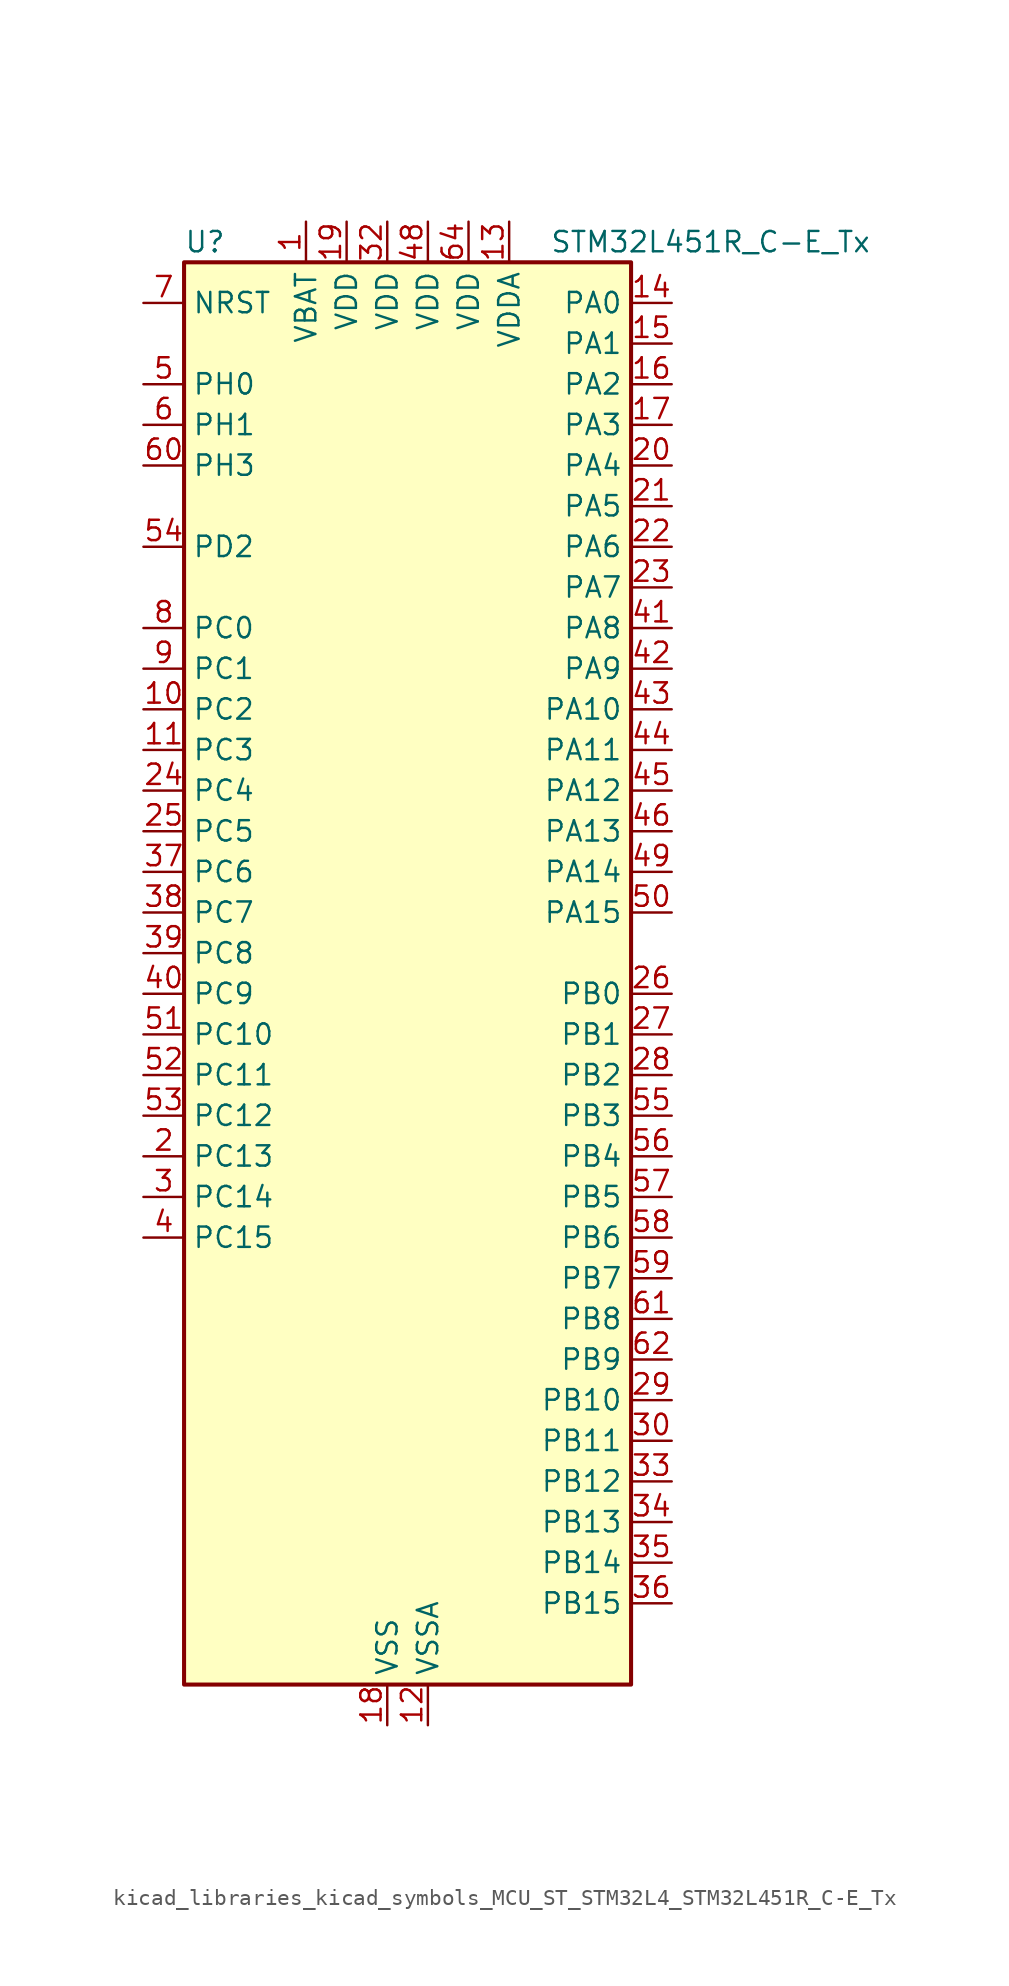
<source format=kicad_sym>
(kicad_symbol_lib
  (version 20220914)
  (generator kicad_symbol_editor)
  (symbol "kicad_libraries_kicad_symbols_MCU_ST_STM32L4_STM32L451R_C-E_Tx"
    (property "Reference" "U"
      (at -12.7 46.99 0)
      (effects (font (size 1.27 1.27)) (justify left)))
    (property "Value" "STM32L451R_C-E_Tx"
      (at 10.16 46.99 0)
      (effects (font (size 1.27 1.27)) (justify left)))
    (property "ki_locked" ""
      (at 0 0 0)
      (effects (font (size 1.27 1.27))))
    (symbol "kicad_libraries_kicad_symbols_MCU_ST_STM32L4_STM32L451R_C-E_Tx_0_1"
      (rectangle (start -12.7 -43.18) (end 15.24 45.72) (stroke (width 0.254) (type default)) (fill (type background))))
    (symbol "kicad_libraries_kicad_symbols_MCU_ST_STM32L4_STM32L451R_C-E_Tx_1_1"
      (pin power_in line (at -5.08 48.26 270) (length 2.54) (name "VBAT" (effects (font (size 1.27 1.27)))) (number "1" (effects (font (size 1.27 1.27)))))
      (pin bidirectional line (at -15.24 17.78 0) (length 2.54) (name "PC2" (effects (font (size 1.27 1.27)))) (number "10" (effects (font (size 1.27 1.27)))) (alternate "ADC1_IN3" bidirectional line) (alternate "DFSDM1_CKOUT" bidirectional line) (alternate "LPTIM1_IN2" bidirectional line) (alternate "SPI2_MISO" bidirectional line))
      (pin bidirectional line (at -15.24 15.24 0) (length 2.54) (name "PC3" (effects (font (size 1.27 1.27)))) (number "11" (effects (font (size 1.27 1.27)))) (alternate "ADC1_IN4" bidirectional line) (alternate "LPTIM1_ETR" bidirectional line) (alternate "LPTIM2_ETR" bidirectional line) (alternate "SAI1_SD_A" bidirectional line) (alternate "SPI2_MOSI" bidirectional line))
      (pin power_in line (at 2.54 -45.72 90) (length 2.54) (name "VSSA" (effects (font (size 1.27 1.27)))) (number "12" (effects (font (size 1.27 1.27)))))
      (pin power_in line (at 7.62 48.26 270) (length 2.54) (name "VDDA" (effects (font (size 1.27 1.27)))) (number "13" (effects (font (size 1.27 1.27)))))
      (pin bidirectional line (at 17.78 43.18 180) (length 2.54) (name "PA0" (effects (font (size 1.27 1.27)))) (number "14" (effects (font (size 1.27 1.27)))) (alternate "ADC1_IN5" bidirectional line) (alternate "COMP1_INM" bidirectional line) (alternate "COMP1_OUT" bidirectional line) (alternate "OPAMP1_VINP" bidirectional line) (alternate "RTC_TAMP2" bidirectional line) (alternate "SAI1_EXTCLK" bidirectional line) (alternate "SYS_WKUP1" bidirectional line) (alternate "TIM2_CH1" bidirectional line) (alternate "TIM2_ETR" bidirectional line) (alternate "UART4_TX" bidirectional line) (alternate "USART2_CTS" bidirectional line))
      (pin bidirectional line (at 17.78 40.64 180) (length 2.54) (name "PA1" (effects (font (size 1.27 1.27)))) (number "15" (effects (font (size 1.27 1.27)))) (alternate "ADC1_IN6" bidirectional line) (alternate "COMP1_INP" bidirectional line) (alternate "I2C1_SMBA" bidirectional line) (alternate "OPAMP1_VINM" bidirectional line) (alternate "SPI1_SCK" bidirectional line) (alternate "TIM15_CH1N" bidirectional line) (alternate "TIM2_CH2" bidirectional line) (alternate "UART4_RX" bidirectional line) (alternate "USART2_DE" bidirectional line) (alternate "USART2_RTS" bidirectional line))
      (pin bidirectional line (at 17.78 38.1 180) (length 2.54) (name "PA2" (effects (font (size 1.27 1.27)))) (number "16" (effects (font (size 1.27 1.27)))) (alternate "ADC1_IN7" bidirectional line) (alternate "COMP2_INM" bidirectional line) (alternate "COMP2_OUT" bidirectional line) (alternate "LPUART1_TX" bidirectional line) (alternate "QUADSPI_BK1_NCS" bidirectional line) (alternate "RCC_LSCO" bidirectional line) (alternate "SYS_WKUP4" bidirectional line) (alternate "TIM15_CH1" bidirectional line) (alternate "TIM2_CH3" bidirectional line) (alternate "USART2_TX" bidirectional line))
      (pin bidirectional line (at 17.78 35.56 180) (length 2.54) (name "PA3" (effects (font (size 1.27 1.27)))) (number "17" (effects (font (size 1.27 1.27)))) (alternate "ADC1_IN8" bidirectional line) (alternate "COMP2_INP" bidirectional line) (alternate "LPUART1_RX" bidirectional line) (alternate "OPAMP1_VOUT" bidirectional line) (alternate "QUADSPI_CLK" bidirectional line) (alternate "SAI1_MCLK_A" bidirectional line) (alternate "TIM15_CH2" bidirectional line) (alternate "TIM2_CH4" bidirectional line) (alternate "USART2_RX" bidirectional line))
      (pin power_in line (at 0 -45.72 90) (length 2.54) (name "VSS" (effects (font (size 1.27 1.27)))) (number "18" (effects (font (size 1.27 1.27)))))
      (pin power_in line (at -2.54 48.26 270) (length 2.54) (name "VDD" (effects (font (size 1.27 1.27)))) (number "19" (effects (font (size 1.27 1.27)))))
      (pin bidirectional line (at -15.24 -10.16 0) (length 2.54) (name "PC13" (effects (font (size 1.27 1.27)))) (number "2" (effects (font (size 1.27 1.27)))) (alternate "RTC_OUT_ALARM" bidirectional line) (alternate "RTC_OUT_CALIB" bidirectional line) (alternate "RTC_TAMP1" bidirectional line) (alternate "RTC_TS" bidirectional line) (alternate "SYS_WKUP2" bidirectional line))
      (pin bidirectional line (at 17.78 33.02 180) (length 2.54) (name "PA4" (effects (font (size 1.27 1.27)))) (number "20" (effects (font (size 1.27 1.27)))) (alternate "ADC1_IN9" bidirectional line) (alternate "COMP1_INM" bidirectional line) (alternate "COMP2_INM" bidirectional line) (alternate "DAC1_OUT1" bidirectional line) (alternate "LPTIM2_OUT" bidirectional line) (alternate "SAI1_FS_B" bidirectional line) (alternate "SPI1_NSS" bidirectional line) (alternate "SPI3_NSS" bidirectional line) (alternate "USART2_CK" bidirectional line))
      (pin bidirectional line (at 17.78 30.48 180) (length 2.54) (name "PA5" (effects (font (size 1.27 1.27)))) (number "21" (effects (font (size 1.27 1.27)))) (alternate "ADC1_IN10" bidirectional line) (alternate "COMP1_INM" bidirectional line) (alternate "COMP2_INM" bidirectional line) (alternate "DFSDM1_CKOUT" bidirectional line) (alternate "LPTIM2_ETR" bidirectional line) (alternate "SPI1_SCK" bidirectional line) (alternate "TIM2_CH1" bidirectional line) (alternate "TIM2_ETR" bidirectional line))
      (pin bidirectional line (at 17.78 27.94 180) (length 2.54) (name "PA6" (effects (font (size 1.27 1.27)))) (number "22" (effects (font (size 1.27 1.27)))) (alternate "ADC1_IN11" bidirectional line) (alternate "COMP1_OUT" bidirectional line) (alternate "LPUART1_CTS" bidirectional line) (alternate "QUADSPI_BK1_IO3" bidirectional line) (alternate "SPI1_MISO" bidirectional line) (alternate "TIM16_CH1" bidirectional line) (alternate "TIM1_BKIN" bidirectional line) (alternate "TIM1_BKIN_COMP2" bidirectional line) (alternate "TIM3_CH1" bidirectional line) (alternate "USART3_CTS" bidirectional line))
      (pin bidirectional line (at 17.78 25.4 180) (length 2.54) (name "PA7" (effects (font (size 1.27 1.27)))) (number "23" (effects (font (size 1.27 1.27)))) (alternate "ADC1_IN12" bidirectional line) (alternate "COMP2_OUT" bidirectional line) (alternate "DFSDM1_DATIN0" bidirectional line) (alternate "I2C3_SCL" bidirectional line) (alternate "QUADSPI_BK1_IO2" bidirectional line) (alternate "SPI1_MOSI" bidirectional line) (alternate "TIM1_CH1N" bidirectional line) (alternate "TIM3_CH2" bidirectional line))
      (pin bidirectional line (at -15.24 12.7 0) (length 2.54) (name "PC4" (effects (font (size 1.27 1.27)))) (number "24" (effects (font (size 1.27 1.27)))) (alternate "ADC1_IN13" bidirectional line) (alternate "COMP1_INM" bidirectional line) (alternate "USART3_TX" bidirectional line))
      (pin bidirectional line (at -15.24 10.16 0) (length 2.54) (name "PC5" (effects (font (size 1.27 1.27)))) (number "25" (effects (font (size 1.27 1.27)))) (alternate "ADC1_IN14" bidirectional line) (alternate "COMP1_INP" bidirectional line) (alternate "SYS_WKUP5" bidirectional line) (alternate "USART3_RX" bidirectional line))
      (pin bidirectional line (at 17.78 0 180) (length 2.54) (name "PB0" (effects (font (size 1.27 1.27)))) (number "26" (effects (font (size 1.27 1.27)))) (alternate "ADC1_IN15" bidirectional line) (alternate "COMP1_OUT" bidirectional line) (alternate "DFSDM1_CKIN0" bidirectional line) (alternate "QUADSPI_BK1_IO1" bidirectional line) (alternate "SAI1_EXTCLK" bidirectional line) (alternate "SPI1_NSS" bidirectional line) (alternate "TIM1_CH2N" bidirectional line) (alternate "TIM3_CH3" bidirectional line) (alternate "USART3_CK" bidirectional line))
      (pin bidirectional line (at 17.78 -2.54 180) (length 2.54) (name "PB1" (effects (font (size 1.27 1.27)))) (number "27" (effects (font (size 1.27 1.27)))) (alternate "ADC1_IN16" bidirectional line) (alternate "COMP1_INM" bidirectional line) (alternate "DFSDM1_DATIN0" bidirectional line) (alternate "LPTIM2_IN1" bidirectional line) (alternate "LPUART1_DE" bidirectional line) (alternate "LPUART1_RTS" bidirectional line) (alternate "QUADSPI_BK1_IO0" bidirectional line) (alternate "TIM1_CH3N" bidirectional line) (alternate "TIM3_CH4" bidirectional line) (alternate "USART3_DE" bidirectional line) (alternate "USART3_RTS" bidirectional line))
      (pin bidirectional line (at 17.78 -5.08 180) (length 2.54) (name "PB2" (effects (font (size 1.27 1.27)))) (number "28" (effects (font (size 1.27 1.27)))) (alternate "COMP1_INP" bidirectional line) (alternate "DFSDM1_CKIN0" bidirectional line) (alternate "I2C3_SMBA" bidirectional line) (alternate "LPTIM1_OUT" bidirectional line) (alternate "RTC_OUT_ALARM" bidirectional line) (alternate "RTC_OUT_CALIB" bidirectional line))
      (pin bidirectional line (at 17.78 -25.4 180) (length 2.54) (name "PB10" (effects (font (size 1.27 1.27)))) (number "29" (effects (font (size 1.27 1.27)))) (alternate "COMP1_OUT" bidirectional line) (alternate "I2C2_SCL" bidirectional line) (alternate "I2C4_SCL" bidirectional line) (alternate "LPUART1_RX" bidirectional line) (alternate "QUADSPI_CLK" bidirectional line) (alternate "SAI1_SCK_A" bidirectional line) (alternate "SPI2_SCK" bidirectional line) (alternate "TIM2_CH3" bidirectional line) (alternate "TSC_SYNC" bidirectional line) (alternate "USART3_TX" bidirectional line))
      (pin bidirectional line (at -15.24 -12.7 0) (length 2.54) (name "PC14" (effects (font (size 1.27 1.27)))) (number "3" (effects (font (size 1.27 1.27)))) (alternate "RCC_OSC32_IN" bidirectional line))
      (pin bidirectional line (at 17.78 -27.94 180) (length 2.54) (name "PB11" (effects (font (size 1.27 1.27)))) (number "30" (effects (font (size 1.27 1.27)))) (alternate "ADC1_EXTI11" bidirectional line) (alternate "COMP2_OUT" bidirectional line) (alternate "I2C2_SDA" bidirectional line) (alternate "I2C4_SDA" bidirectional line) (alternate "LPUART1_TX" bidirectional line) (alternate "QUADSPI_BK1_NCS" bidirectional line) (alternate "TIM2_CH4" bidirectional line) (alternate "USART3_RX" bidirectional line))
      (pin passive line (at 0 -45.72 90) (length 2.54) hide (name "VSS" (effects (font (size 1.27 1.27)))) (number "31" (effects (font (size 1.27 1.27)))))
      (pin power_in line (at 0 48.26 270) (length 2.54) (name "VDD" (effects (font (size 1.27 1.27)))) (number "32" (effects (font (size 1.27 1.27)))))
      (pin bidirectional line (at 17.78 -30.48 180) (length 2.54) (name "PB12" (effects (font (size 1.27 1.27)))) (number "33" (effects (font (size 1.27 1.27)))) (alternate "CAN1_RX" bidirectional line) (alternate "DFSDM1_DATIN1" bidirectional line) (alternate "I2C2_SMBA" bidirectional line) (alternate "LPUART1_DE" bidirectional line) (alternate "LPUART1_RTS" bidirectional line) (alternate "SAI1_FS_A" bidirectional line) (alternate "SPI2_NSS" bidirectional line) (alternate "TIM15_BKIN" bidirectional line) (alternate "TIM1_BKIN" bidirectional line) (alternate "TIM1_BKIN_COMP2" bidirectional line) (alternate "TSC_G1_IO1" bidirectional line) (alternate "USART3_CK" bidirectional line))
      (pin bidirectional line (at 17.78 -33.02 180) (length 2.54) (name "PB13" (effects (font (size 1.27 1.27)))) (number "34" (effects (font (size 1.27 1.27)))) (alternate "CAN1_TX" bidirectional line) (alternate "DFSDM1_CKIN1" bidirectional line) (alternate "I2C2_SCL" bidirectional line) (alternate "LPUART1_CTS" bidirectional line) (alternate "SAI1_SCK_A" bidirectional line) (alternate "SPI2_SCK" bidirectional line) (alternate "TIM15_CH1N" bidirectional line) (alternate "TIM1_CH1N" bidirectional line) (alternate "TSC_G1_IO2" bidirectional line) (alternate "USART3_CTS" bidirectional line))
      (pin bidirectional line (at 17.78 -35.56 180) (length 2.54) (name "PB14" (effects (font (size 1.27 1.27)))) (number "35" (effects (font (size 1.27 1.27)))) (alternate "DFSDM1_DATIN2" bidirectional line) (alternate "I2C2_SDA" bidirectional line) (alternate "SAI1_MCLK_A" bidirectional line) (alternate "SPI2_MISO" bidirectional line) (alternate "TIM15_CH1" bidirectional line) (alternate "TIM1_CH2N" bidirectional line) (alternate "TSC_G1_IO3" bidirectional line) (alternate "USART3_DE" bidirectional line) (alternate "USART3_RTS" bidirectional line))
      (pin bidirectional line (at 17.78 -38.1 180) (length 2.54) (name "PB15" (effects (font (size 1.27 1.27)))) (number "36" (effects (font (size 1.27 1.27)))) (alternate "ADC1_EXTI15" bidirectional line) (alternate "DFSDM1_CKIN2" bidirectional line) (alternate "RTC_REFIN" bidirectional line) (alternate "SAI1_SD_A" bidirectional line) (alternate "SPI2_MOSI" bidirectional line) (alternate "TIM15_CH2" bidirectional line) (alternate "TIM1_CH3N" bidirectional line) (alternate "TSC_G1_IO4" bidirectional line))
      (pin bidirectional line (at -15.24 7.62 0) (length 2.54) (name "PC6" (effects (font (size 1.27 1.27)))) (number "37" (effects (font (size 1.27 1.27)))) (alternate "DFSDM1_CKIN3" bidirectional line) (alternate "SDMMC1_D6" bidirectional line) (alternate "TIM3_CH1" bidirectional line) (alternate "TSC_G4_IO1" bidirectional line))
      (pin bidirectional line (at -15.24 5.08 0) (length 2.54) (name "PC7" (effects (font (size 1.27 1.27)))) (number "38" (effects (font (size 1.27 1.27)))) (alternate "DFSDM1_DATIN3" bidirectional line) (alternate "SDMMC1_D7" bidirectional line) (alternate "TIM3_CH2" bidirectional line) (alternate "TSC_G4_IO2" bidirectional line))
      (pin bidirectional line (at -15.24 2.54 0) (length 2.54) (name "PC8" (effects (font (size 1.27 1.27)))) (number "39" (effects (font (size 1.27 1.27)))) (alternate "SDMMC1_D0" bidirectional line) (alternate "TIM3_CH3" bidirectional line) (alternate "TSC_G4_IO3" bidirectional line))
      (pin bidirectional line (at -15.24 -15.24 0) (length 2.54) (name "PC15" (effects (font (size 1.27 1.27)))) (number "4" (effects (font (size 1.27 1.27)))) (alternate "ADC1_EXTI15" bidirectional line) (alternate "RCC_OSC32_OUT" bidirectional line))
      (pin bidirectional line (at -15.24 0 0) (length 2.54) (name "PC9" (effects (font (size 1.27 1.27)))) (number "40" (effects (font (size 1.27 1.27)))) (alternate "DAC1_EXTI9" bidirectional line) (alternate "SDMMC1_D1" bidirectional line) (alternate "TIM3_CH4" bidirectional line) (alternate "TSC_G4_IO4" bidirectional line))
      (pin bidirectional line (at 17.78 22.86 180) (length 2.54) (name "PA8" (effects (font (size 1.27 1.27)))) (number "41" (effects (font (size 1.27 1.27)))) (alternate "DFSDM1_CKIN1" bidirectional line) (alternate "LPTIM2_OUT" bidirectional line) (alternate "RCC_MCO" bidirectional line) (alternate "SAI1_SCK_A" bidirectional line) (alternate "TIM1_CH1" bidirectional line) (alternate "USART1_CK" bidirectional line))
      (pin bidirectional line (at 17.78 20.32 180) (length 2.54) (name "PA9" (effects (font (size 1.27 1.27)))) (number "42" (effects (font (size 1.27 1.27)))) (alternate "DAC1_EXTI9" bidirectional line) (alternate "DFSDM1_DATIN1" bidirectional line) (alternate "I2C1_SCL" bidirectional line) (alternate "SAI1_FS_A" bidirectional line) (alternate "TIM15_BKIN" bidirectional line) (alternate "TIM1_CH2" bidirectional line) (alternate "USART1_TX" bidirectional line))
      (pin bidirectional line (at 17.78 17.78 180) (length 2.54) (name "PA10" (effects (font (size 1.27 1.27)))) (number "43" (effects (font (size 1.27 1.27)))) (alternate "I2C1_SDA" bidirectional line) (alternate "SAI1_SD_A" bidirectional line) (alternate "TIM1_CH3" bidirectional line) (alternate "USART1_RX" bidirectional line))
      (pin bidirectional line (at 17.78 15.24 180) (length 2.54) (name "PA11" (effects (font (size 1.27 1.27)))) (number "44" (effects (font (size 1.27 1.27)))) (alternate "ADC1_EXTI11" bidirectional line) (alternate "CAN1_RX" bidirectional line) (alternate "COMP1_OUT" bidirectional line) (alternate "SPI1_MISO" bidirectional line) (alternate "TIM1_BKIN2" bidirectional line) (alternate "TIM1_BKIN2_COMP1" bidirectional line) (alternate "TIM1_CH4" bidirectional line) (alternate "USART1_CTS" bidirectional line))
      (pin bidirectional line (at 17.78 12.7 180) (length 2.54) (name "PA12" (effects (font (size 1.27 1.27)))) (number "45" (effects (font (size 1.27 1.27)))) (alternate "CAN1_TX" bidirectional line) (alternate "SPI1_MOSI" bidirectional line) (alternate "TIM1_ETR" bidirectional line) (alternate "USART1_DE" bidirectional line) (alternate "USART1_RTS" bidirectional line))
      (pin bidirectional line (at 17.78 10.16 180) (length 2.54) (name "PA13" (effects (font (size 1.27 1.27)))) (number "46" (effects (font (size 1.27 1.27)))) (alternate "IR_OUT" bidirectional line) (alternate "SAI1_SD_B" bidirectional line) (alternate "SYS_JTMS-SWDIO" bidirectional line))
      (pin passive line (at 0 -45.72 90) (length 2.54) hide (name "VSS" (effects (font (size 1.27 1.27)))) (number "47" (effects (font (size 1.27 1.27)))))
      (pin power_in line (at 2.54 48.26 270) (length 2.54) (name "VDD" (effects (font (size 1.27 1.27)))) (number "48" (effects (font (size 1.27 1.27)))))
      (pin bidirectional line (at 17.78 7.62 180) (length 2.54) (name "PA14" (effects (font (size 1.27 1.27)))) (number "49" (effects (font (size 1.27 1.27)))) (alternate "I2C1_SMBA" bidirectional line) (alternate "I2C4_SMBA" bidirectional line) (alternate "LPTIM1_OUT" bidirectional line) (alternate "SAI1_FS_B" bidirectional line) (alternate "SYS_JTCK-SWCLK" bidirectional line))
      (pin bidirectional line (at -15.24 38.1 0) (length 2.54) (name "PH0" (effects (font (size 1.27 1.27)))) (number "5" (effects (font (size 1.27 1.27)))) (alternate "RCC_OSC_IN" bidirectional line))
      (pin bidirectional line (at 17.78 5.08 180) (length 2.54) (name "PA15" (effects (font (size 1.27 1.27)))) (number "50" (effects (font (size 1.27 1.27)))) (alternate "ADC1_EXTI15" bidirectional line) (alternate "SPI1_NSS" bidirectional line) (alternate "SPI3_NSS" bidirectional line) (alternate "SYS_JTDI" bidirectional line) (alternate "TIM2_CH1" bidirectional line) (alternate "TIM2_ETR" bidirectional line) (alternate "TSC_G3_IO1" bidirectional line) (alternate "UART4_DE" bidirectional line) (alternate "UART4_RTS" bidirectional line) (alternate "USART2_RX" bidirectional line) (alternate "USART3_DE" bidirectional line) (alternate "USART3_RTS" bidirectional line))
      (pin bidirectional line (at -15.24 -2.54 0) (length 2.54) (name "PC10" (effects (font (size 1.27 1.27)))) (number "51" (effects (font (size 1.27 1.27)))) (alternate "SDMMC1_D2" bidirectional line) (alternate "SPI3_SCK" bidirectional line) (alternate "SYS_TRACED1" bidirectional line) (alternate "TSC_G3_IO2" bidirectional line) (alternate "UART4_TX" bidirectional line) (alternate "USART3_TX" bidirectional line))
      (pin bidirectional line (at -15.24 -5.08 0) (length 2.54) (name "PC11" (effects (font (size 1.27 1.27)))) (number "52" (effects (font (size 1.27 1.27)))) (alternate "ADC1_EXTI11" bidirectional line) (alternate "SDMMC1_D3" bidirectional line) (alternate "SPI3_MISO" bidirectional line) (alternate "TSC_G3_IO3" bidirectional line) (alternate "UART4_RX" bidirectional line) (alternate "USART3_RX" bidirectional line))
      (pin bidirectional line (at -15.24 -7.62 0) (length 2.54) (name "PC12" (effects (font (size 1.27 1.27)))) (number "53" (effects (font (size 1.27 1.27)))) (alternate "SDMMC1_CK" bidirectional line) (alternate "SPI3_MOSI" bidirectional line) (alternate "SYS_TRACED3" bidirectional line) (alternate "TSC_G3_IO4" bidirectional line) (alternate "USART3_CK" bidirectional line))
      (pin bidirectional line (at -15.24 27.94 0) (length 2.54) (name "PD2" (effects (font (size 1.27 1.27)))) (number "54" (effects (font (size 1.27 1.27)))) (alternate "SDMMC1_CMD" bidirectional line) (alternate "SYS_TRACED2" bidirectional line) (alternate "TIM3_ETR" bidirectional line) (alternate "TSC_SYNC" bidirectional line) (alternate "USART3_DE" bidirectional line) (alternate "USART3_RTS" bidirectional line))
      (pin bidirectional line (at 17.78 -7.62 180) (length 2.54) (name "PB3" (effects (font (size 1.27 1.27)))) (number "55" (effects (font (size 1.27 1.27)))) (alternate "COMP2_INM" bidirectional line) (alternate "SAI1_SCK_B" bidirectional line) (alternate "SPI1_SCK" bidirectional line) (alternate "SPI3_SCK" bidirectional line) (alternate "SYS_JTDO-SWO" bidirectional line) (alternate "TIM2_CH2" bidirectional line) (alternate "USART1_DE" bidirectional line) (alternate "USART1_RTS" bidirectional line))
      (pin bidirectional line (at 17.78 -10.16 180) (length 2.54) (name "PB4" (effects (font (size 1.27 1.27)))) (number "56" (effects (font (size 1.27 1.27)))) (alternate "COMP2_INP" bidirectional line) (alternate "I2C3_SDA" bidirectional line) (alternate "SAI1_MCLK_B" bidirectional line) (alternate "SPI1_MISO" bidirectional line) (alternate "SPI3_MISO" bidirectional line) (alternate "SYS_JTRST" bidirectional line) (alternate "TIM3_CH1" bidirectional line) (alternate "TSC_G2_IO1" bidirectional line) (alternate "USART1_CTS" bidirectional line))
      (pin bidirectional line (at 17.78 -12.7 180) (length 2.54) (name "PB5" (effects (font (size 1.27 1.27)))) (number "57" (effects (font (size 1.27 1.27)))) (alternate "CAN1_RX" bidirectional line) (alternate "COMP2_OUT" bidirectional line) (alternate "I2C1_SMBA" bidirectional line) (alternate "LPTIM1_IN1" bidirectional line) (alternate "SAI1_SD_B" bidirectional line) (alternate "SPI1_MOSI" bidirectional line) (alternate "SPI3_MOSI" bidirectional line) (alternate "TIM16_BKIN" bidirectional line) (alternate "TIM3_CH2" bidirectional line) (alternate "TSC_G2_IO2" bidirectional line) (alternate "USART1_CK" bidirectional line))
      (pin bidirectional line (at 17.78 -15.24 180) (length 2.54) (name "PB6" (effects (font (size 1.27 1.27)))) (number "58" (effects (font (size 1.27 1.27)))) (alternate "CAN1_TX" bidirectional line) (alternate "COMP2_INP" bidirectional line) (alternate "I2C1_SCL" bidirectional line) (alternate "I2C4_SCL" bidirectional line) (alternate "LPTIM1_ETR" bidirectional line) (alternate "SAI1_FS_B" bidirectional line) (alternate "TIM16_CH1N" bidirectional line) (alternate "TSC_G2_IO3" bidirectional line) (alternate "USART1_TX" bidirectional line))
      (pin bidirectional line (at 17.78 -17.78 180) (length 2.54) (name "PB7" (effects (font (size 1.27 1.27)))) (number "59" (effects (font (size 1.27 1.27)))) (alternate "COMP2_INM" bidirectional line) (alternate "I2C1_SDA" bidirectional line) (alternate "I2C4_SDA" bidirectional line) (alternate "LPTIM1_IN2" bidirectional line) (alternate "SYS_PVD_IN" bidirectional line) (alternate "TSC_G2_IO4" bidirectional line) (alternate "UART4_CTS" bidirectional line) (alternate "USART1_RX" bidirectional line))
      (pin bidirectional line (at -15.24 35.56 0) (length 2.54) (name "PH1" (effects (font (size 1.27 1.27)))) (number "6" (effects (font (size 1.27 1.27)))) (alternate "RCC_OSC_OUT" bidirectional line))
      (pin bidirectional line (at -15.24 33.02 0) (length 2.54) (name "PH3" (effects (font (size 1.27 1.27)))) (number "60" (effects (font (size 1.27 1.27)))))
      (pin bidirectional line (at 17.78 -20.32 180) (length 2.54) (name "PB8" (effects (font (size 1.27 1.27)))) (number "61" (effects (font (size 1.27 1.27)))) (alternate "CAN1_RX" bidirectional line) (alternate "I2C1_SCL" bidirectional line) (alternate "SAI1_MCLK_A" bidirectional line) (alternate "SDMMC1_D4" bidirectional line) (alternate "TIM16_CH1" bidirectional line))
      (pin bidirectional line (at 17.78 -22.86 180) (length 2.54) (name "PB9" (effects (font (size 1.27 1.27)))) (number "62" (effects (font (size 1.27 1.27)))) (alternate "CAN1_TX" bidirectional line) (alternate "DAC1_EXTI9" bidirectional line) (alternate "I2C1_SDA" bidirectional line) (alternate "IR_OUT" bidirectional line) (alternate "SAI1_FS_A" bidirectional line) (alternate "SDMMC1_D5" bidirectional line) (alternate "SPI2_NSS" bidirectional line))
      (pin passive line (at 0 -45.72 90) (length 2.54) hide (name "VSS" (effects (font (size 1.27 1.27)))) (number "63" (effects (font (size 1.27 1.27)))))
      (pin power_in line (at 5.08 48.26 270) (length 2.54) (name "VDD" (effects (font (size 1.27 1.27)))) (number "64" (effects (font (size 1.27 1.27)))))
      (pin input line (at -15.24 43.18 0) (length 2.54) (name "NRST" (effects (font (size 1.27 1.27)))) (number "7" (effects (font (size 1.27 1.27)))))
      (pin bidirectional line (at -15.24 22.86 0) (length 2.54) (name "PC0" (effects (font (size 1.27 1.27)))) (number "8" (effects (font (size 1.27 1.27)))) (alternate "ADC1_IN1" bidirectional line) (alternate "I2C3_SCL" bidirectional line) (alternate "I2C4_SCL" bidirectional line) (alternate "LPTIM1_IN1" bidirectional line) (alternate "LPTIM2_IN1" bidirectional line) (alternate "LPUART1_RX" bidirectional line))
      (pin bidirectional line (at -15.24 20.32 0) (length 2.54) (name "PC1" (effects (font (size 1.27 1.27)))) (number "9" (effects (font (size 1.27 1.27)))) (alternate "ADC1_IN2" bidirectional line) (alternate "I2C3_SDA" bidirectional line) (alternate "I2C4_SDA" bidirectional line) (alternate "LPTIM1_OUT" bidirectional line) (alternate "LPUART1_TX" bidirectional line) (alternate "SYS_TRACED0" bidirectional line)))))
</source>
